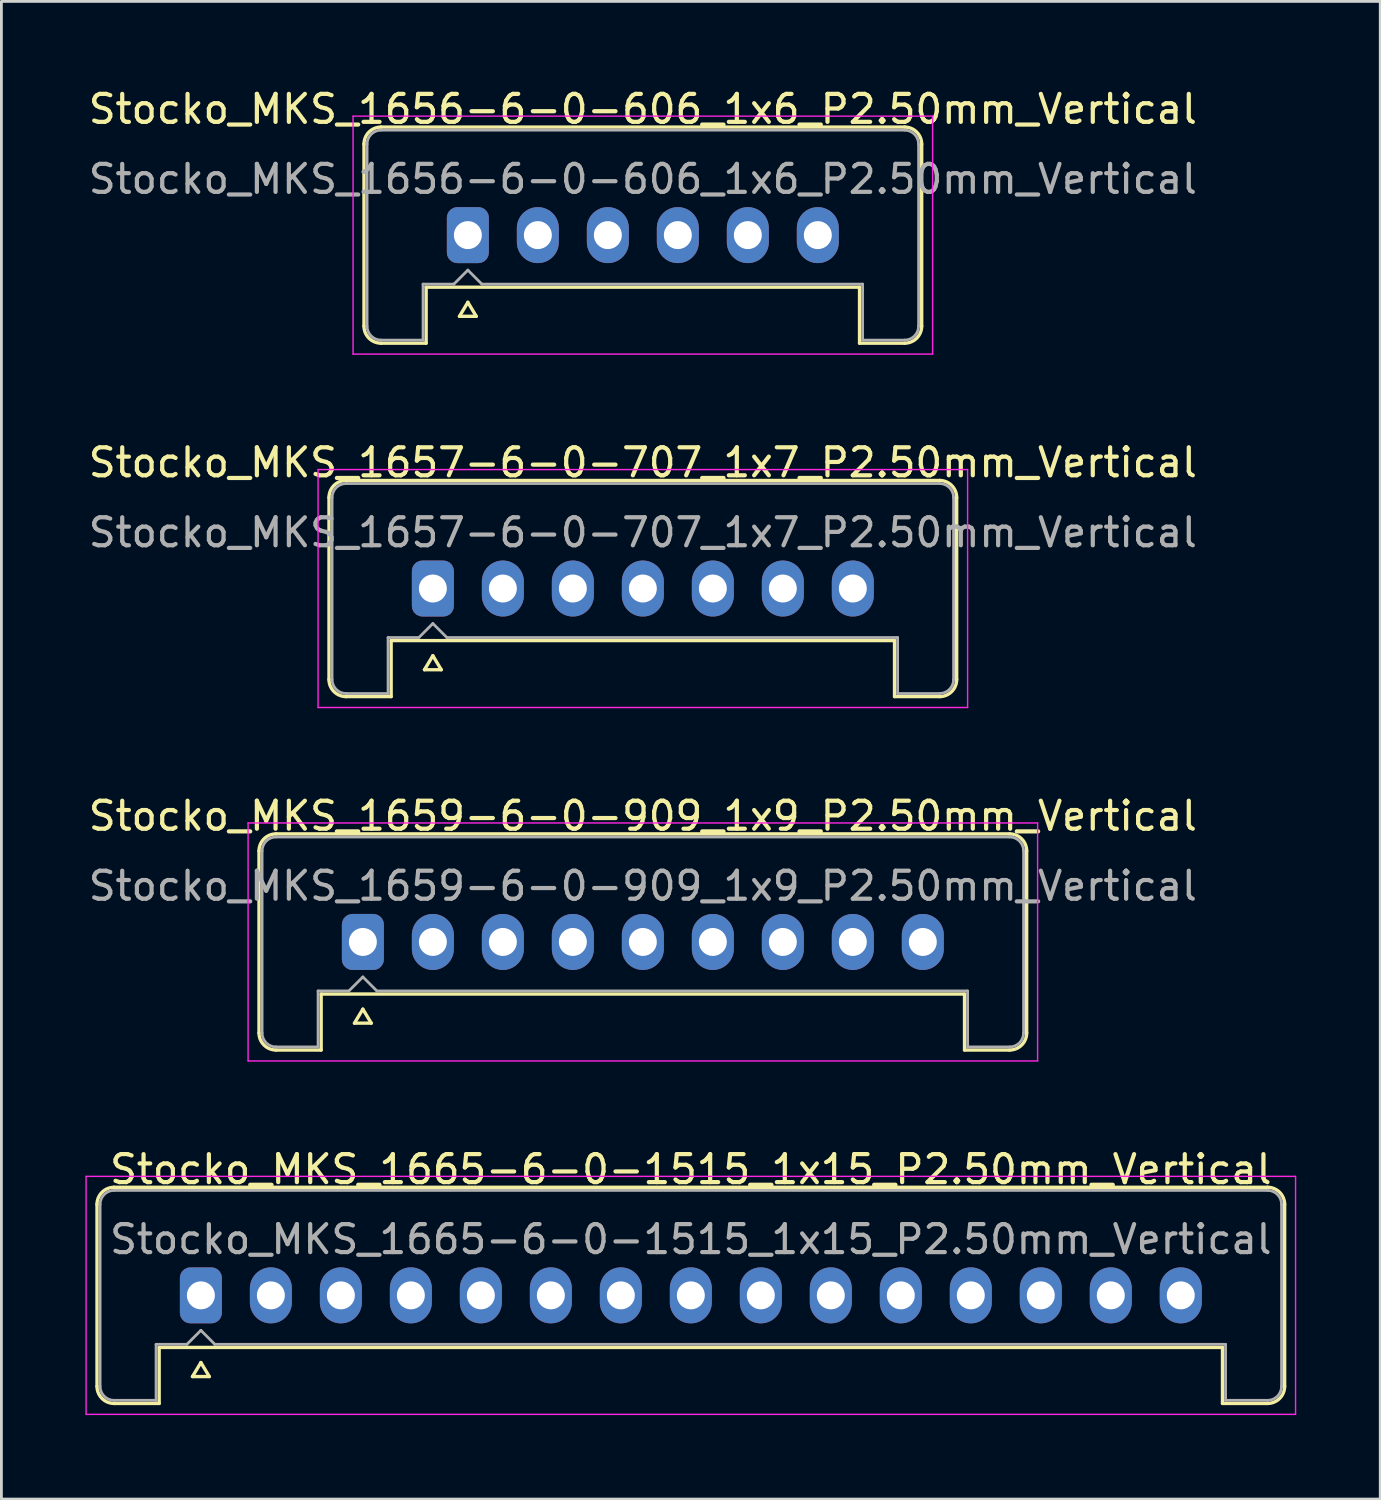
<source format=kicad_pcb>
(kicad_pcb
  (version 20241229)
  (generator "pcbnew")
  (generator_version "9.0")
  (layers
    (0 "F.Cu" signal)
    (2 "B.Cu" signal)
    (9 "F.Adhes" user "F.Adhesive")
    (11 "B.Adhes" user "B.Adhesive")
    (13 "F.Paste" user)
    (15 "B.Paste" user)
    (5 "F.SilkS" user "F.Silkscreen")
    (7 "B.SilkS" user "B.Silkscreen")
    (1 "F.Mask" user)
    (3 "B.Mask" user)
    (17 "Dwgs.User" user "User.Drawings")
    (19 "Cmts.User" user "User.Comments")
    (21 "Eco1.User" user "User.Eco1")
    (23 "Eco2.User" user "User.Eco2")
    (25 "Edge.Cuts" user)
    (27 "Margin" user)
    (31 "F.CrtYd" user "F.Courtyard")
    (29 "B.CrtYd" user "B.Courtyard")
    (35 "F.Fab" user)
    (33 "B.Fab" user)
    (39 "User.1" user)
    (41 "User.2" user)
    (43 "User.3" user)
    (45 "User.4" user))
  (footprint "Stocko_MKS_1657-6-0-707_1x7_P2.50mm_Vertical"
    (layer "F.Cu")
    (at 12.411 17.971)
    (property "Reference" "Stocko_MKS_1657-6-0-707_1x7_P2.50mm_Vertical" (at 7.5 -4.5 0) (layer "F.SilkS") (effects (font (size 1 1) (thickness 0.15))))
    (attr through_hole)
    (fp_line (start -3.71 -3.25) (end -3.71 3.25) (stroke (width 0.12) (type solid)) (layer "F.SilkS"))
    (fp_line (start -3.1 -3.86) (end 18.1 -3.86) (stroke (width 0.12) (type solid)) (layer "F.SilkS"))
    (fp_line (start -3.1 3.86) (end -1.49 3.86) (stroke (width 0.12) (type solid)) (layer "F.SilkS"))
    (fp_line (start -1.49 1.86) (end 16.49 1.86) (stroke (width 0.12) (type solid)) (layer "F.SilkS"))
    (fp_line (start -1.49 3.86) (end -1.49 1.86) (stroke (width 0.12) (type solid)) (layer "F.SilkS"))
    (fp_line (start -0.3 2.9) (end 0.3 2.9) (stroke (width 0.12) (type solid)) (layer "F.SilkS"))
    (fp_line (start 0 2.4) (end -0.3 2.9) (stroke (width 0.12) (type solid)) (layer "F.SilkS"))
    (fp_line (start 0.3 2.9) (end 0 2.4) (stroke (width 0.12) (type solid)) (layer "F.SilkS"))
    (fp_line (start 16.49 3.86) (end 16.49 1.86) (stroke (width 0.12) (type solid)) (layer "F.SilkS"))
    (fp_line (start 18.1 3.86) (end 16.49 3.86) (stroke (width 0.12) (type solid)) (layer "F.SilkS"))
    (fp_line (start 18.71 -3.25) (end 18.71 3.25) (stroke (width 0.12) (type solid)) (layer "F.SilkS"))
    (fp_arc (start -3.71 -3.25) (mid -3.531335 -3.681335) (end -3.1 -3.86) (stroke (width 0.12) (type solid)) (layer "F.SilkS"))
    (fp_arc (start -3.1 3.86) (mid -3.531335 3.681335) (end -3.71 3.25) (stroke (width 0.12) (type solid)) (layer "F.SilkS"))
    (fp_arc (start 18.1 -3.86) (mid 18.531335 -3.681335) (end 18.71 -3.25) (stroke (width 0.12) (type solid)) (layer "F.SilkS"))
    (fp_arc (start 18.71 3.25) (mid 18.531335 3.681335) (end 18.1 3.86) (stroke (width 0.12) (type solid)) (layer "F.SilkS"))
    (fp_line (start -4.1 -4.25) (end -4.1 4.25) (stroke (width 0.05) (type solid)) (layer "F.CrtYd"))
    (fp_line (start -4.1 4.25) (end 19.1 4.25) (stroke (width 0.05) (type solid)) (layer "F.CrtYd"))
    (fp_line (start 19.1 -4.25) (end -4.1 -4.25) (stroke (width 0.05) (type solid)) (layer "F.CrtYd"))
    (fp_line (start 19.1 4.25) (end 19.1 -4.25) (stroke (width 0.05) (type solid)) (layer "F.CrtYd"))
    (fp_line (start -3.6 -3.25) (end -3.6 3.25) (stroke (width 0.1) (type solid)) (layer "F.Fab"))
    (fp_line (start -3.1 -3.75) (end 18.1 -3.75) (stroke (width 0.1) (type solid)) (layer "F.Fab"))
    (fp_line (start -3.1 3.75) (end -1.6 3.75) (stroke (width 0.1) (type solid)) (layer "F.Fab"))
    (fp_line (start -1.6 1.75) (end -0.5 1.75) (stroke (width 0.1) (type solid)) (layer "F.Fab"))
    (fp_line (start -1.6 3.75) (end -1.6 1.75) (stroke (width 0.1) (type solid)) (layer "F.Fab"))
    (fp_line (start -0.5 1.75) (end 0 1.25) (stroke (width 0.1) (type solid)) (layer "F.Fab"))
    (fp_line (start 0 1.25) (end 0.5 1.75) (stroke (width 0.1) (type solid)) (layer "F.Fab"))
    (fp_line (start 0.5 1.75) (end 16.6 1.75) (stroke (width 0.1) (type solid)) (layer "F.Fab"))
    (fp_line (start 16.6 3.75) (end 16.6 1.75) (stroke (width 0.1) (type solid)) (layer "F.Fab"))
    (fp_line (start 18.1 3.75) (end 16.6 3.75) (stroke (width 0.1) (type solid)) (layer "F.Fab"))
    (fp_line (start 18.6 -3.25) (end 18.6 3.25) (stroke (width 0.1) (type solid)) (layer "F.Fab"))
    (fp_arc (start -3.6 -3.25) (mid -3.453553 -3.603553) (end -3.1 -3.75) (stroke (width 0.1) (type solid)) (layer "F.Fab"))
    (fp_arc (start -3.1 3.75) (mid -3.453553 3.603553) (end -3.6 3.25) (stroke (width 0.1) (type solid)) (layer "F.Fab"))
    (fp_arc (start 18.1 -3.75) (mid 18.453553 -3.603553) (end 18.6 -3.25) (stroke (width 0.1) (type solid)) (layer "F.Fab"))
    (fp_arc (start 18.6 3.25) (mid 18.453553 3.603553) (end 18.1 3.75) (stroke (width 0.1) (type solid)) (layer "F.Fab"))
    (fp_text user "${REFERENCE}" (at 7.5 -2 0) (layer "F.Fab") (effects (font (size 1 1) (thickness 0.15))))
    (pad "1" thru_hole roundrect (at 0 0) (size 1.5 2) (drill 1) (layers "*.Cu" "*.Mask") (roundrect_rratio 0.25))
    (pad "2" thru_hole oval (at 2.5 0) (size 1.5 2) (drill 1) (layers "*.Cu" "*.Mask"))
    (pad "3" thru_hole oval (at 5 0) (size 1.5 2) (drill 1) (layers "*.Cu" "*.Mask"))
    (pad "4" thru_hole oval (at 7.5 0) (size 1.5 2) (drill 1) (layers "*.Cu" "*.Mask"))
    (pad "5" thru_hole oval (at 10 0) (size 1.5 2) (drill 1) (layers "*.Cu" "*.Mask"))
    (pad "6" thru_hole oval (at 12.5 0) (size 1.5 2) (drill 1) (layers "*.Cu" "*.Mask"))
    (pad "7" thru_hole oval (at 15 0) (size 1.5 2) (drill 1) (layers "*.Cu" "*.Mask")))
  (footprint "Stocko_MKS_1665-6-0-1515_1x15_P2.50mm_Vertical"
    (layer "F.Cu")
    (at 4.125 43.218)
    (property "Reference" "Stocko_MKS_1665-6-0-1515_1x15_P2.50mm_Vertical" (at 17.5 -4.5 0) (layer "F.SilkS") (effects (font (size 1 1) (thickness 0.15))))
    (attr through_hole)
    (fp_line (start -3.71 -3.25) (end -3.71 3.25) (stroke (width 0.12) (type solid)) (layer "F.SilkS"))
    (fp_line (start -3.1 -3.86) (end 38.1 -3.86) (stroke (width 0.12) (type solid)) (layer "F.SilkS"))
    (fp_line (start -3.1 3.86) (end -1.49 3.86) (stroke (width 0.12) (type solid)) (layer "F.SilkS"))
    (fp_line (start -1.49 1.86) (end 36.49 1.86) (stroke (width 0.12) (type solid)) (layer "F.SilkS"))
    (fp_line (start -1.49 3.86) (end -1.49 1.86) (stroke (width 0.12) (type solid)) (layer "F.SilkS"))
    (fp_line (start -0.3 2.9) (end 0.3 2.9) (stroke (width 0.12) (type solid)) (layer "F.SilkS"))
    (fp_line (start 0 2.4) (end -0.3 2.9) (stroke (width 0.12) (type solid)) (layer "F.SilkS"))
    (fp_line (start 0.3 2.9) (end 0 2.4) (stroke (width 0.12) (type solid)) (layer "F.SilkS"))
    (fp_line (start 36.49 3.86) (end 36.49 1.86) (stroke (width 0.12) (type solid)) (layer "F.SilkS"))
    (fp_line (start 38.1 3.86) (end 36.49 3.86) (stroke (width 0.12) (type solid)) (layer "F.SilkS"))
    (fp_line (start 38.71 -3.25) (end 38.71 3.25) (stroke (width 0.12) (type solid)) (layer "F.SilkS"))
    (fp_arc (start -3.71 -3.25) (mid -3.531335 -3.681335) (end -3.1 -3.86) (stroke (width 0.12) (type solid)) (layer "F.SilkS"))
    (fp_arc (start -3.1 3.86) (mid -3.531335 3.681335) (end -3.71 3.25) (stroke (width 0.12) (type solid)) (layer "F.SilkS"))
    (fp_arc (start 38.1 -3.86) (mid 38.531335 -3.681335) (end 38.71 -3.25) (stroke (width 0.12) (type solid)) (layer "F.SilkS"))
    (fp_arc (start 38.71 3.25) (mid 38.531335 3.681335) (end 38.1 3.86) (stroke (width 0.12) (type solid)) (layer "F.SilkS"))
    (fp_line (start -4.1 -4.25) (end -4.1 4.25) (stroke (width 0.05) (type solid)) (layer "F.CrtYd"))
    (fp_line (start -4.1 4.25) (end 39.1 4.25) (stroke (width 0.05) (type solid)) (layer "F.CrtYd"))
    (fp_line (start 39.1 -4.25) (end -4.1 -4.25) (stroke (width 0.05) (type solid)) (layer "F.CrtYd"))
    (fp_line (start 39.1 4.25) (end 39.1 -4.25) (stroke (width 0.05) (type solid)) (layer "F.CrtYd"))
    (fp_line (start -3.6 -3.25) (end -3.6 3.25) (stroke (width 0.1) (type solid)) (layer "F.Fab"))
    (fp_line (start -3.1 -3.75) (end 38.1 -3.75) (stroke (width 0.1) (type solid)) (layer "F.Fab"))
    (fp_line (start -3.1 3.75) (end -1.6 3.75) (stroke (width 0.1) (type solid)) (layer "F.Fab"))
    (fp_line (start -1.6 1.75) (end -0.5 1.75) (stroke (width 0.1) (type solid)) (layer "F.Fab"))
    (fp_line (start -1.6 3.75) (end -1.6 1.75) (stroke (width 0.1) (type solid)) (layer "F.Fab"))
    (fp_line (start -0.5 1.75) (end 0 1.25) (stroke (width 0.1) (type solid)) (layer "F.Fab"))
    (fp_line (start 0 1.25) (end 0.5 1.75) (stroke (width 0.1) (type solid)) (layer "F.Fab"))
    (fp_line (start 0.5 1.75) (end 36.6 1.75) (stroke (width 0.1) (type solid)) (layer "F.Fab"))
    (fp_line (start 36.6 3.75) (end 36.6 1.75) (stroke (width 0.1) (type solid)) (layer "F.Fab"))
    (fp_line (start 38.1 3.75) (end 36.6 3.75) (stroke (width 0.1) (type solid)) (layer "F.Fab"))
    (fp_line (start 38.6 -3.25) (end 38.6 3.25) (stroke (width 0.1) (type solid)) (layer "F.Fab"))
    (fp_arc (start -3.6 -3.25) (mid -3.453553 -3.603553) (end -3.1 -3.75) (stroke (width 0.1) (type solid)) (layer "F.Fab"))
    (fp_arc (start -3.1 3.75) (mid -3.453553 3.603553) (end -3.6 3.25) (stroke (width 0.1) (type solid)) (layer "F.Fab"))
    (fp_arc (start 38.1 -3.75) (mid 38.453553 -3.603553) (end 38.6 -3.25) (stroke (width 0.1) (type solid)) (layer "F.Fab"))
    (fp_arc (start 38.6 3.25) (mid 38.453553 3.603553) (end 38.1 3.75) (stroke (width 0.1) (type solid)) (layer "F.Fab"))
    (fp_text user "${REFERENCE}" (at 17.5 -2 0) (layer "F.Fab") (effects (font (size 1 1) (thickness 0.15))))
    (pad "1" thru_hole roundrect (at 0 0) (size 1.5 2) (drill 1) (layers "*.Cu" "*.Mask") (roundrect_rratio 0.25))
    (pad "2" thru_hole oval (at 2.5 0) (size 1.5 2) (drill 1) (layers "*.Cu" "*.Mask"))
    (pad "3" thru_hole oval (at 5 0) (size 1.5 2) (drill 1) (layers "*.Cu" "*.Mask"))
    (pad "4" thru_hole oval (at 7.5 0) (size 1.5 2) (drill 1) (layers "*.Cu" "*.Mask"))
    (pad "5" thru_hole oval (at 10 0) (size 1.5 2) (drill 1) (layers "*.Cu" "*.Mask"))
    (pad "6" thru_hole oval (at 12.5 0) (size 1.5 2) (drill 1) (layers "*.Cu" "*.Mask"))
    (pad "7" thru_hole oval (at 15 0) (size 1.5 2) (drill 1) (layers "*.Cu" "*.Mask"))
    (pad "8" thru_hole oval (at 17.5 0) (size 1.5 2) (drill 1) (layers "*.Cu" "*.Mask"))
    (pad "9" thru_hole oval (at 20 0) (size 1.5 2) (drill 1) (layers "*.Cu" "*.Mask"))
    (pad "10" thru_hole oval (at 22.5 0) (size 1.5 2) (drill 1) (layers "*.Cu" "*.Mask"))
    (pad "11" thru_hole oval (at 25 0) (size 1.5 2) (drill 1) (layers "*.Cu" "*.Mask"))
    (pad "12" thru_hole oval (at 27.5 0) (size 1.5 2) (drill 1) (layers "*.Cu" "*.Mask"))
    (pad "13" thru_hole oval (at 30 0) (size 1.5 2) (drill 1) (layers "*.Cu" "*.Mask"))
    (pad "14" thru_hole oval (at 32.5 0) (size 1.5 2) (drill 1) (layers "*.Cu" "*.Mask"))
    (pad "15" thru_hole oval (at 35 0) (size 1.5 2) (drill 1) (layers "*.Cu" "*.Mask")))
  (footprint "Stocko_MKS_1656-6-0-606_1x6_P2.50mm_Vertical"
    (layer "F.Cu")
    (at 13.661 5.348)
    (property "Reference" "Stocko_MKS_1656-6-0-606_1x6_P2.50mm_Vertical" (at 6.25 -4.5 0) (layer "F.SilkS") (effects (font (size 1 1) (thickness 0.15))))
    (attr through_hole)
    (fp_line (start -3.71 -3.25) (end -3.71 3.25) (stroke (width 0.12) (type solid)) (layer "F.SilkS"))
    (fp_line (start -3.1 -3.86) (end 15.6 -3.86) (stroke (width 0.12) (type solid)) (layer "F.SilkS"))
    (fp_line (start -3.1 3.86) (end -1.49 3.86) (stroke (width 0.12) (type solid)) (layer "F.SilkS"))
    (fp_line (start -1.49 1.86) (end 13.99 1.86) (stroke (width 0.12) (type solid)) (layer "F.SilkS"))
    (fp_line (start -1.49 3.86) (end -1.49 1.86) (stroke (width 0.12) (type solid)) (layer "F.SilkS"))
    (fp_line (start -0.3 2.9) (end 0.3 2.9) (stroke (width 0.12) (type solid)) (layer "F.SilkS"))
    (fp_line (start 0 2.4) (end -0.3 2.9) (stroke (width 0.12) (type solid)) (layer "F.SilkS"))
    (fp_line (start 0.3 2.9) (end 0 2.4) (stroke (width 0.12) (type solid)) (layer "F.SilkS"))
    (fp_line (start 13.99 3.86) (end 13.99 1.86) (stroke (width 0.12) (type solid)) (layer "F.SilkS"))
    (fp_line (start 15.6 3.86) (end 13.99 3.86) (stroke (width 0.12) (type solid)) (layer "F.SilkS"))
    (fp_line (start 16.21 -3.25) (end 16.21 3.25) (stroke (width 0.12) (type solid)) (layer "F.SilkS"))
    (fp_arc (start -3.71 -3.25) (mid -3.531335 -3.681335) (end -3.1 -3.86) (stroke (width 0.12) (type solid)) (layer "F.SilkS"))
    (fp_arc (start -3.1 3.86) (mid -3.531335 3.681335) (end -3.71 3.25) (stroke (width 0.12) (type solid)) (layer "F.SilkS"))
    (fp_arc (start 15.6 -3.86) (mid 16.031335 -3.681335) (end 16.21 -3.25) (stroke (width 0.12) (type solid)) (layer "F.SilkS"))
    (fp_arc (start 16.21 3.25) (mid 16.031335 3.681335) (end 15.6 3.86) (stroke (width 0.12) (type solid)) (layer "F.SilkS"))
    (fp_line (start -4.1 -4.25) (end -4.1 4.25) (stroke (width 0.05) (type solid)) (layer "F.CrtYd"))
    (fp_line (start -4.1 4.25) (end 16.6 4.25) (stroke (width 0.05) (type solid)) (layer "F.CrtYd"))
    (fp_line (start 16.6 -4.25) (end -4.1 -4.25) (stroke (width 0.05) (type solid)) (layer "F.CrtYd"))
    (fp_line (start 16.6 4.25) (end 16.6 -4.25) (stroke (width 0.05) (type solid)) (layer "F.CrtYd"))
    (fp_line (start -3.6 -3.25) (end -3.6 3.25) (stroke (width 0.1) (type solid)) (layer "F.Fab"))
    (fp_line (start -3.1 -3.75) (end 15.6 -3.75) (stroke (width 0.1) (type solid)) (layer "F.Fab"))
    (fp_line (start -3.1 3.75) (end -1.6 3.75) (stroke (width 0.1) (type solid)) (layer "F.Fab"))
    (fp_line (start -1.6 1.75) (end -0.5 1.75) (stroke (width 0.1) (type solid)) (layer "F.Fab"))
    (fp_line (start -1.6 3.75) (end -1.6 1.75) (stroke (width 0.1) (type solid)) (layer "F.Fab"))
    (fp_line (start -0.5 1.75) (end 0 1.25) (stroke (width 0.1) (type solid)) (layer "F.Fab"))
    (fp_line (start 0 1.25) (end 0.5 1.75) (stroke (width 0.1) (type solid)) (layer "F.Fab"))
    (fp_line (start 0.5 1.75) (end 14.1 1.75) (stroke (width 0.1) (type solid)) (layer "F.Fab"))
    (fp_line (start 14.1 3.75) (end 14.1 1.75) (stroke (width 0.1) (type solid)) (layer "F.Fab"))
    (fp_line (start 15.6 3.75) (end 14.1 3.75) (stroke (width 0.1) (type solid)) (layer "F.Fab"))
    (fp_line (start 16.1 -3.25) (end 16.1 3.25) (stroke (width 0.1) (type solid)) (layer "F.Fab"))
    (fp_arc (start -3.6 -3.25) (mid -3.453553 -3.603553) (end -3.1 -3.75) (stroke (width 0.1) (type solid)) (layer "F.Fab"))
    (fp_arc (start -3.1 3.75) (mid -3.453553 3.603553) (end -3.6 3.25) (stroke (width 0.1) (type solid)) (layer "F.Fab"))
    (fp_arc (start 15.6 -3.75) (mid 15.953553 -3.603553) (end 16.1 -3.25) (stroke (width 0.1) (type solid)) (layer "F.Fab"))
    (fp_arc (start 16.1 3.25) (mid 15.953553 3.603553) (end 15.6 3.75) (stroke (width 0.1) (type solid)) (layer "F.Fab"))
    (fp_text user "${REFERENCE}" (at 6.25 -2 0) (layer "F.Fab") (effects (font (size 1 1) (thickness 0.15))))
    (pad "1" thru_hole roundrect (at 0 0) (size 1.5 2) (drill 1) (layers "*.Cu" "*.Mask") (roundrect_rratio 0.25))
    (pad "2" thru_hole oval (at 2.5 0) (size 1.5 2) (drill 1) (layers "*.Cu" "*.Mask"))
    (pad "3" thru_hole oval (at 5 0) (size 1.5 2) (drill 1) (layers "*.Cu" "*.Mask"))
    (pad "4" thru_hole oval (at 7.5 0) (size 1.5 2) (drill 1) (layers "*.Cu" "*.Mask"))
    (pad "5" thru_hole oval (at 10 0) (size 1.5 2) (drill 1) (layers "*.Cu" "*.Mask"))
    (pad "6" thru_hole oval (at 12.5 0) (size 1.5 2) (drill 1) (layers "*.Cu" "*.Mask")))
  (footprint "Stocko_MKS_1659-6-0-909_1x9_P2.50mm_Vertical"
    (layer "F.Cu")
    (at 9.911 30.595)
    (property "Reference" "Stocko_MKS_1659-6-0-909_1x9_P2.50mm_Vertical" (at 10 -4.5 0) (layer "F.SilkS") (effects (font (size 1 1) (thickness 0.15))))
    (attr through_hole)
    (fp_line (start -3.71 -3.25) (end -3.71 3.25) (stroke (width 0.12) (type solid)) (layer "F.SilkS"))
    (fp_line (start -3.1 -3.86) (end 23.1 -3.86) (stroke (width 0.12) (type solid)) (layer "F.SilkS"))
    (fp_line (start -3.1 3.86) (end -1.49 3.86) (stroke (width 0.12) (type solid)) (layer "F.SilkS"))
    (fp_line (start -1.49 1.86) (end 21.49 1.86) (stroke (width 0.12) (type solid)) (layer "F.SilkS"))
    (fp_line (start -1.49 3.86) (end -1.49 1.86) (stroke (width 0.12) (type solid)) (layer "F.SilkS"))
    (fp_line (start -0.3 2.9) (end 0.3 2.9) (stroke (width 0.12) (type solid)) (layer "F.SilkS"))
    (fp_line (start 0 2.4) (end -0.3 2.9) (stroke (width 0.12) (type solid)) (layer "F.SilkS"))
    (fp_line (start 0.3 2.9) (end 0 2.4) (stroke (width 0.12) (type solid)) (layer "F.SilkS"))
    (fp_line (start 21.49 3.86) (end 21.49 1.86) (stroke (width 0.12) (type solid)) (layer "F.SilkS"))
    (fp_line (start 23.1 3.86) (end 21.49 3.86) (stroke (width 0.12) (type solid)) (layer "F.SilkS"))
    (fp_line (start 23.71 -3.25) (end 23.71 3.25) (stroke (width 0.12) (type solid)) (layer "F.SilkS"))
    (fp_arc (start -3.71 -3.25) (mid -3.531335 -3.681335) (end -3.1 -3.86) (stroke (width 0.12) (type solid)) (layer "F.SilkS"))
    (fp_arc (start -3.1 3.86) (mid -3.531335 3.681335) (end -3.71 3.25) (stroke (width 0.12) (type solid)) (layer "F.SilkS"))
    (fp_arc (start 23.1 -3.86) (mid 23.531335 -3.681335) (end 23.71 -3.25) (stroke (width 0.12) (type solid)) (layer "F.SilkS"))
    (fp_arc (start 23.71 3.25) (mid 23.531335 3.681335) (end 23.1 3.86) (stroke (width 0.12) (type solid)) (layer "F.SilkS"))
    (fp_line (start -4.1 -4.25) (end -4.1 4.25) (stroke (width 0.05) (type solid)) (layer "F.CrtYd"))
    (fp_line (start -4.1 4.25) (end 24.1 4.25) (stroke (width 0.05) (type solid)) (layer "F.CrtYd"))
    (fp_line (start 24.1 -4.25) (end -4.1 -4.25) (stroke (width 0.05) (type solid)) (layer "F.CrtYd"))
    (fp_line (start 24.1 4.25) (end 24.1 -4.25) (stroke (width 0.05) (type solid)) (layer "F.CrtYd"))
    (fp_line (start -3.6 -3.25) (end -3.6 3.25) (stroke (width 0.1) (type solid)) (layer "F.Fab"))
    (fp_line (start -3.1 -3.75) (end 23.1 -3.75) (stroke (width 0.1) (type solid)) (layer "F.Fab"))
    (fp_line (start -3.1 3.75) (end -1.6 3.75) (stroke (width 0.1) (type solid)) (layer "F.Fab"))
    (fp_line (start -1.6 1.75) (end -0.5 1.75) (stroke (width 0.1) (type solid)) (layer "F.Fab"))
    (fp_line (start -1.6 3.75) (end -1.6 1.75) (stroke (width 0.1) (type solid)) (layer "F.Fab"))
    (fp_line (start -0.5 1.75) (end 0 1.25) (stroke (width 0.1) (type solid)) (layer "F.Fab"))
    (fp_line (start 0 1.25) (end 0.5 1.75) (stroke (width 0.1) (type solid)) (layer "F.Fab"))
    (fp_line (start 0.5 1.75) (end 21.6 1.75) (stroke (width 0.1) (type solid)) (layer "F.Fab"))
    (fp_line (start 21.6 3.75) (end 21.6 1.75) (stroke (width 0.1) (type solid)) (layer "F.Fab"))
    (fp_line (start 23.1 3.75) (end 21.6 3.75) (stroke (width 0.1) (type solid)) (layer "F.Fab"))
    (fp_line (start 23.6 -3.25) (end 23.6 3.25) (stroke (width 0.1) (type solid)) (layer "F.Fab"))
    (fp_arc (start -3.6 -3.25) (mid -3.453553 -3.603553) (end -3.1 -3.75) (stroke (width 0.1) (type solid)) (layer "F.Fab"))
    (fp_arc (start -3.1 3.75) (mid -3.453553 3.603553) (end -3.6 3.25) (stroke (width 0.1) (type solid)) (layer "F.Fab"))
    (fp_arc (start 23.1 -3.75) (mid 23.453553 -3.603553) (end 23.6 -3.25) (stroke (width 0.1) (type solid)) (layer "F.Fab"))
    (fp_arc (start 23.6 3.25) (mid 23.453553 3.603553) (end 23.1 3.75) (stroke (width 0.1) (type solid)) (layer "F.Fab"))
    (fp_text user "${REFERENCE}" (at 10 -2 0) (layer "F.Fab") (effects (font (size 1 1) (thickness 0.15))))
    (pad "1" thru_hole roundrect (at 0 0) (size 1.5 2) (drill 1) (layers "*.Cu" "*.Mask") (roundrect_rratio 0.25))
    (pad "2" thru_hole oval (at 2.5 0) (size 1.5 2) (drill 1) (layers "*.Cu" "*.Mask"))
    (pad "3" thru_hole oval (at 5 0) (size 1.5 2) (drill 1) (layers "*.Cu" "*.Mask"))
    (pad "4" thru_hole oval (at 7.5 0) (size 1.5 2) (drill 1) (layers "*.Cu" "*.Mask"))
    (pad "5" thru_hole oval (at 10 0) (size 1.5 2) (drill 1) (layers "*.Cu" "*.Mask"))
    (pad "6" thru_hole oval (at 12.5 0) (size 1.5 2) (drill 1) (layers "*.Cu" "*.Mask"))
    (pad "7" thru_hole oval (at 15 0) (size 1.5 2) (drill 1) (layers "*.Cu" "*.Mask"))
    (pad "8" thru_hole oval (at 17.5 0) (size 1.5 2) (drill 1) (layers "*.Cu" "*.Mask"))
    (pad "9" thru_hole oval (at 20 0) (size 1.5 2) (drill 1) (layers "*.Cu" "*.Mask")))
  (gr_rect
    (start -3 -3)
    (end 46.25 50.493)
    (stroke (width 0.1) (type default))
    (fill no)
    (layer "Edge.Cuts")))
</source>
